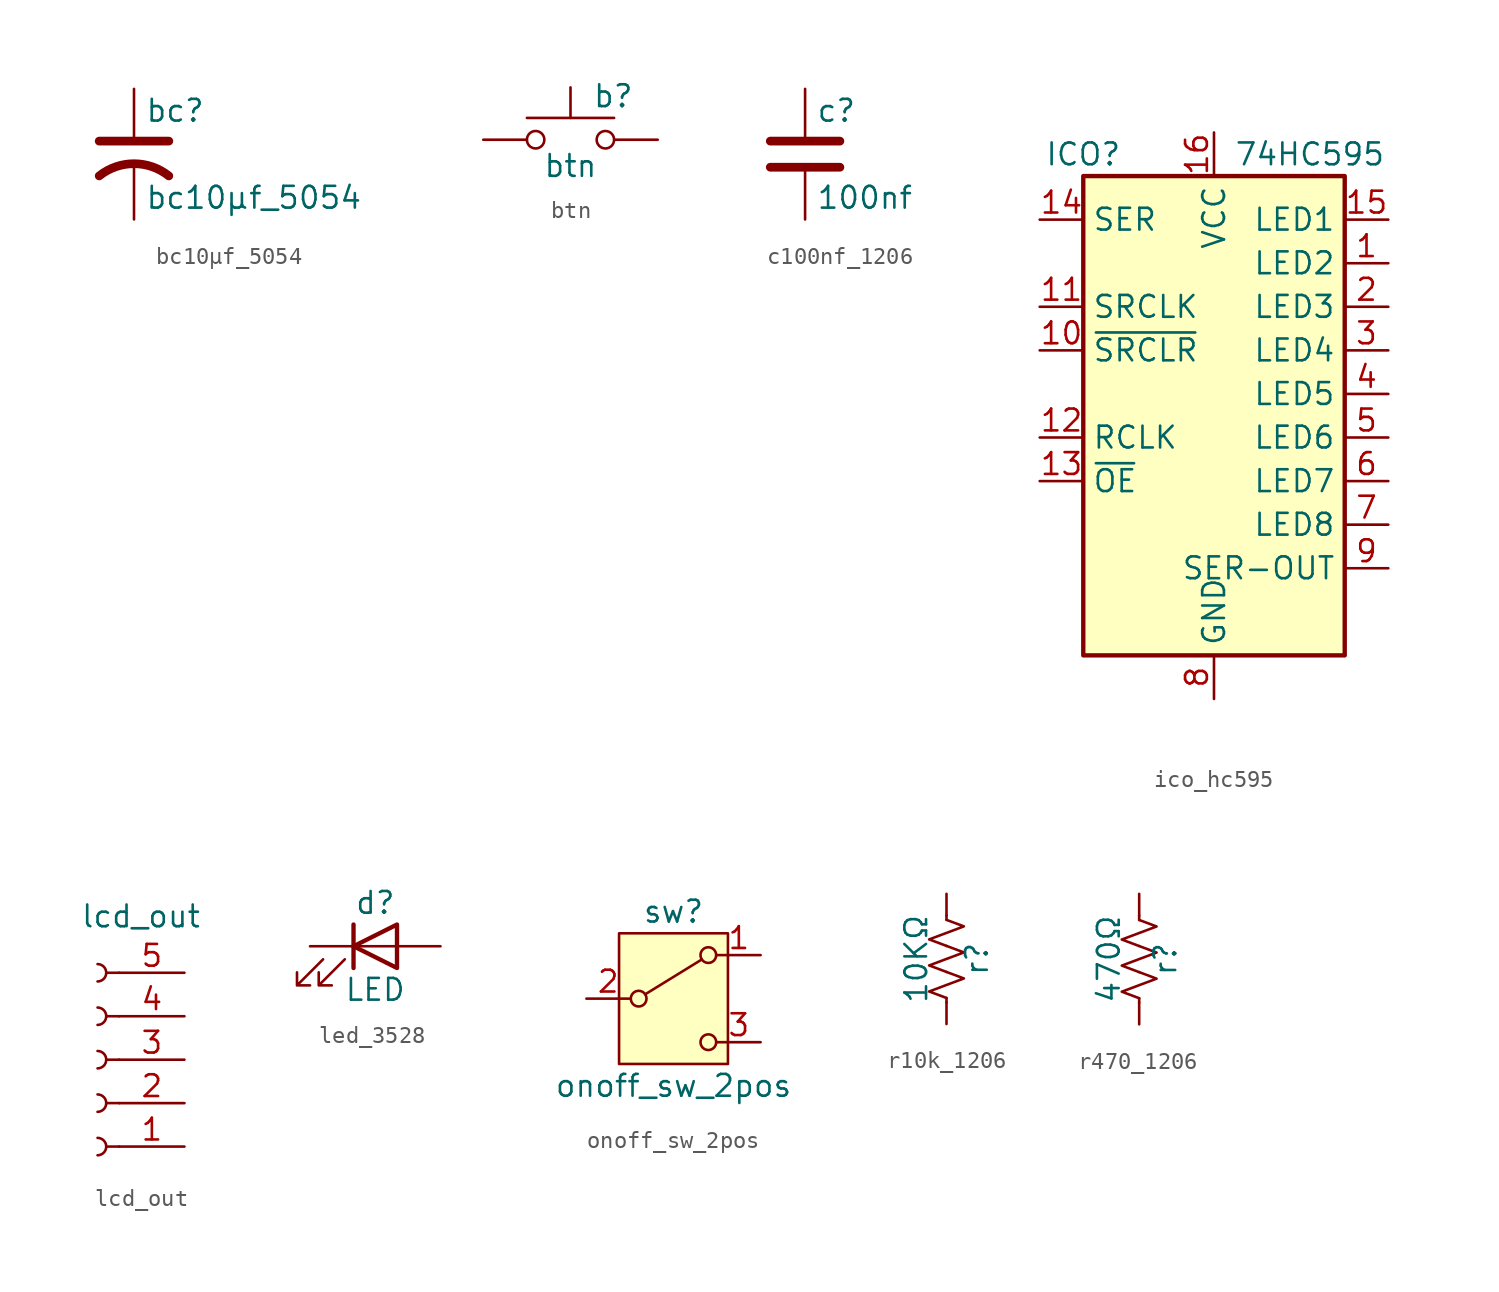
<source format=kicad_sym>
(kicad_symbol_lib
  (version 20241209)
  (generator "kicad_symbol_editor")
  (generator_version "9.0")
  (symbol "bc10µf_5054"
    (pin_numbers
      (hide yes))
    (pin_names
      (offset 0.254)
      (hide yes))
    (property "Reference" "bc"
      (at 0.635 2.54 0)
      (effects (font (size 1.27 1.27)) (justify left)))
    (property "Value" "bc10µf_5054"
      (at 0.635 -2.54 0)
      (effects (font (size 1.27 1.27)) (justify left)))
    (symbol "bc10µf_5054_0_1"
      (polyline (pts (xy -2.032 0.762) (xy 2.032 0.762)) (stroke (width 0.508) (type default)) (fill (type none)))
      (arc (start -2.032 -1.27) (mid 0 -0.5572) (end 2.032 -1.27) (stroke (width 0.508) (type default)) (fill (type none))))
    (symbol "bc10µf_5054_1_1"
      (pin passive line (at 0 3.81 270) (length 2.794) (name "~" (effects (font (size 1.27 1.27)))) (number "1" (effects (font (size 1.27 1.27)))))
      (pin passive line (at 0 -3.81 90) (length 3.302) (name "~" (effects (font (size 1.27 1.27)))) (number "2" (effects (font (size 1.27 1.27)))))))
  (symbol "btn"
    (pin_numbers
      (hide yes))
    (pin_names
      (offset 1.016)
      (hide yes))
    (property "Reference" "b"
      (at 1.27 2.54 0)
      (effects (font (size 1.27 1.27)) (justify left)))
    (property "Value" "btn"
      (at 0 -1.524 0)
      (effects (font (size 1.27 1.27))))
    (symbol "btn_0_1"
      (circle (center -2.032 0) (radius 0.508) (stroke (width 0) (type default)) (fill (type none)))
      (polyline (pts (xy 0 1.27) (xy 0 3.048)) (stroke (width 0) (type default)) (fill (type none)))
      (circle (center 2.032 0) (radius 0.508) (stroke (width 0) (type default)) (fill (type none)))
      (polyline (pts (xy 2.54 1.27) (xy -2.54 1.27)) (stroke (width 0) (type default)) (fill (type none)))
      (pin passive line (at -5.08 0 0) (length 2.54) (name "1" (effects (font (size 1.27 1.27)))) (number "1" (effects (font (size 1.27 1.27)))))
      (pin passive line (at 5.08 0 180) (length 2.54) (name "2" (effects (font (size 1.27 1.27)))) (number "2" (effects (font (size 1.27 1.27)))))))
  (symbol "c100nf_1206"
    (pin_numbers
      (hide yes))
    (pin_names
      (offset 0.254))
    (property "Reference" "c"
      (at 0.635 2.54 0)
      (effects (font (size 1.27 1.27)) (justify left)))
    (property "Value" "100nf"
      (at 0.635 -2.54 0)
      (effects (font (size 1.27 1.27)) (justify left)))
    (symbol "c100nf_1206_0_1"
      (polyline (pts (xy -2.032 0.762) (xy 2.032 0.762)) (stroke (width 0.508) (type default)) (fill (type none)))
      (polyline (pts (xy -2.032 -0.762) (xy 2.032 -0.762)) (stroke (width 0.508) (type default)) (fill (type none))))
    (symbol "c100nf_1206_1_1"
      (pin passive line (at 0 3.81 270) (length 2.794) (name "~" (effects (font (size 1.27 1.27)))) (number "1" (effects (font (size 1.27 1.27)))))
      (pin passive line (at 0 -3.81 90) (length 2.794) (name "~" (effects (font (size 1.27 1.27)))) (number "2" (effects (font (size 1.27 1.27)))))))
  (symbol "ico_hc595"
    (property "Reference" "ICO"
      (at -7.62 13.97 0)
      (effects (font (size 1.27 1.27))))
    (property "Value" "74HC595"
      (at 5.588 13.97 0)
      (effects (font (size 1.27 1.27))))
    (symbol "ico_hc595_1_0"
      (pin input line (at -10.16 10.16 0) (length 2.54) (name "SER" (effects (font (size 1.27 1.27)))) (number "14" (effects (font (size 1.27 1.27)))))
      (pin input line (at -10.16 5.08 0) (length 2.54) (name "SRCLK" (effects (font (size 1.27 1.27)))) (number "11" (effects (font (size 1.27 1.27)))))
      (pin input line (at -10.16 2.54 0) (length 2.54) (name "~{SRCLR}" (effects (font (size 1.27 1.27)))) (number "10" (effects (font (size 1.27 1.27)))))
      (pin input line (at -10.16 -2.54 0) (length 2.54) (name "RCLK" (effects (font (size 1.27 1.27)))) (number "12" (effects (font (size 1.27 1.27)))))
      (pin input line (at -10.16 -5.08 0) (length 2.54) (name "~{OE}" (effects (font (size 1.27 1.27)))) (number "13" (effects (font (size 1.27 1.27)))))
      (pin power_in line (at 0 15.24 270) (length 2.54) (name "VCC" (effects (font (size 1.27 1.27)))) (number "16" (effects (font (size 1.27 1.27)))))
      (pin power_in line (at 0 -17.78 90) (length 2.54) (name "GND" (effects (font (size 1.27 1.27)))) (number "8" (effects (font (size 1.27 1.27)))))
      (pin tri_state line (at 10.16 10.16 180) (length 2.54) (name "LED1" (effects (font (size 1.27 1.27)))) (number "15" (effects (font (size 1.27 1.27)))))
      (pin tri_state line (at 10.16 7.62 180) (length 2.54) (name "LED2" (effects (font (size 1.27 1.27)))) (number "1" (effects (font (size 1.27 1.27)))))
      (pin tri_state line (at 10.16 5.08 180) (length 2.54) (name "LED3" (effects (font (size 1.27 1.27)))) (number "2" (effects (font (size 1.27 1.27)))))
      (pin tri_state line (at 10.16 2.54 180) (length 2.54) (name "LED4" (effects (font (size 1.27 1.27)))) (number "3" (effects (font (size 1.27 1.27)))))
      (pin tri_state line (at 10.16 0 180) (length 2.54) (name "LED5" (effects (font (size 1.27 1.27)))) (number "4" (effects (font (size 1.27 1.27)))))
      (pin tri_state line (at 10.16 -2.54 180) (length 2.54) (name "LED6" (effects (font (size 1.27 1.27)))) (number "5" (effects (font (size 1.27 1.27)))))
      (pin tri_state line (at 10.16 -5.08 180) (length 2.54) (name "LED7" (effects (font (size 1.27 1.27)))) (number "6" (effects (font (size 1.27 1.27)))))
      (pin tri_state line (at 10.16 -7.62 180) (length 2.54) (name "LED8" (effects (font (size 1.27 1.27)))) (number "7" (effects (font (size 1.27 1.27)))))
      (pin output line (at 10.16 -10.16 180) (length 2.54) (name "SER-OUT" (effects (font (size 1.27 1.27)))) (number "9" (effects (font (size 1.27 1.27))))))
    (symbol "ico_hc595_1_1"
      (rectangle (start -7.62 12.7) (end 7.62 -15.24) (stroke (width 0.254) (type default)) (fill (type background)))))
  (symbol "lcd_out"
    (pin_names
      (offset 1.016)
      (hide yes))
    (property "Reference" "J"
      (at -5.08 -7.62 0)
      (effects (font (size 1.27 1.27)) (hide yes)))
    (property "Value" "lcd_out"
      (at -2.54 8.382 0)
      (effects (font (size 1.27 1.27))))
    (symbol "lcd_out_1_1"
      (arc (start -5.08 5.588) (mid -4.5742 5.08) (end -5.08 4.572) (stroke (width 0.1524) (type default)) (fill (type none)))
      (arc (start -5.08 3.048) (mid -4.5742 2.54) (end -5.08 2.032) (stroke (width 0.1524) (type default)) (fill (type none)))
      (arc (start -5.08 0.508) (mid -4.5742 0) (end -5.08 -0.508) (stroke (width 0.1524) (type default)) (fill (type none)))
      (arc (start -5.08 -2.032) (mid -4.5742 -2.54) (end -5.08 -3.048) (stroke (width 0.1524) (type default)) (fill (type none)))
      (arc (start -5.08 -4.572) (mid -4.5742 -5.08) (end -5.08 -5.588) (stroke (width 0.1524) (type default)) (fill (type none)))
      (polyline (pts (xy -3.81 5.08) (xy -4.572 5.08)) (stroke (width 0.152) (type default)) (fill (type none)))
      (polyline (pts (xy -3.81 2.54) (xy -4.572 2.54)) (stroke (width 0.152) (type default)) (fill (type none)))
      (polyline (pts (xy -3.81 0) (xy -4.572 0)) (stroke (width 0.152) (type default)) (fill (type none)))
      (polyline (pts (xy -3.81 -2.54) (xy -4.572 -2.54)) (stroke (width 0.152) (type default)) (fill (type none)))
      (polyline (pts (xy -3.81 -5.08) (xy -4.572 -5.08)) (stroke (width 0.152) (type default)) (fill (type none)))
      (pin tri_state line (at 0 5.08 180) (length 3.81) (name "Pin_5" (effects (font (size 1.27 1.27)))) (number "5" (effects (font (size 1.27 1.27)))))
      (pin tri_state line (at 0 2.54 180) (length 3.81) (name "Pin_4" (effects (font (size 1.27 1.27)))) (number "4" (effects (font (size 1.27 1.27)))))
      (pin tri_state line (at 0 0 180) (length 3.81) (name "Pin_3" (effects (font (size 1.27 1.27)))) (number "3" (effects (font (size 1.27 1.27)))))
      (pin power_in line (at 0 -2.54 180) (length 3.81) (name "Pin_2" (effects (font (size 1.27 1.27)))) (number "2" (effects (font (size 1.27 1.27)))))
      (pin power_in line (at 0 -5.08 180) (length 3.81) (name "Pin_1" (effects (font (size 1.27 1.27)))) (number "1" (effects (font (size 1.27 1.27)))))))
  (symbol "led_3528"
    (pin_numbers
      (hide yes))
    (pin_names
      (offset 1.016)
      (hide yes))
    (property "Reference" "d"
      (at 0 2.54 0)
      (effects (font (size 1.27 1.27))))
    (property "Value" "LED"
      (at 0 -2.54 0)
      (effects (font (size 1.27 1.27))))
    (symbol "led_3528_0_1"
      (polyline (pts (xy -3.048 -0.762) (xy -4.572 -2.286) (xy -3.81 -2.286) (xy -4.572 -2.286) (xy -4.572 -1.524)) (stroke (width 0) (type default)) (fill (type none)))
      (polyline (pts (xy -1.778 -0.762) (xy -3.302 -2.286) (xy -2.54 -2.286) (xy -3.302 -2.286) (xy -3.302 -1.524)) (stroke (width 0) (type default)) (fill (type none)))
      (polyline (pts (xy -1.27 0) (xy 1.27 0)) (stroke (width 0) (type default)) (fill (type none)))
      (polyline (pts (xy -1.27 -1.27) (xy -1.27 1.27)) (stroke (width 0.254) (type default)) (fill (type none)))
      (polyline (pts (xy 1.27 -1.27) (xy 1.27 1.27) (xy -1.27 0) (xy 1.27 -1.27)) (stroke (width 0.254) (type default)) (fill (type none))))
    (symbol "led_3528_1_1"
      (pin passive line (at -3.81 0 0) (length 2.54) (name "K" (effects (font (size 1.27 1.27)))) (number "1" (effects (font (size 1.27 1.27)))))
      (pin passive line (at 3.81 0 180) (length 2.54) (name "A" (effects (font (size 1.27 1.27)))) (number "2" (effects (font (size 1.27 1.27)))))))
  (symbol "onoff_sw_2pos"
    (pin_names
      (offset 0)
      (hide yes))
    (property "Reference" "sw"
      (at 0 5.08 0)
      (effects (font (size 1.27 1.27))))
    (property "Value" "onoff_sw_2pos"
      (at 0 -5.08 0)
      (effects (font (size 1.27 1.27))))
    (symbol "onoff_sw_2pos_0_1"
      (circle (center -2.032 0) (radius 0.457) (stroke (width 0) (type default)) (fill (type none)))
      (polyline (pts (xy -1.651 0.254) (xy 1.651 2.286)) (stroke (width 0) (type default)) (fill (type none)))
      (circle (center 2.032 2.54) (radius 0.457) (stroke (width 0) (type default)) (fill (type none)))
      (circle (center 2.032 -2.54) (radius 0.457) (stroke (width 0) (type default)) (fill (type none))))
    (symbol "onoff_sw_2pos_1_1"
      (rectangle (start -3.175 3.81) (end 3.175 -3.81) (stroke (width 0) (type default)) (fill (type background)))
      (pin passive line (at -5.08 0 0) (length 2.54) (name "B" (effects (font (size 1.27 1.27)))) (number "2" (effects (font (size 1.27 1.27)))))
      (pin passive line (at 5.08 2.54 180) (length 2.54) (name "A" (effects (font (size 1.27 1.27)))) (number "1" (effects (font (size 1.27 1.27)))))
      (pin passive line (at 5.08 -2.54 180) (length 2.54) (name "C" (effects (font (size 1.27 1.27)))) (number "3" (effects (font (size 1.27 1.27)))))))
  (symbol "r10k_1206"
    (pin_numbers
      (hide yes))
    (pin_names
      (offset 0))
    (property "Reference" "r"
      (at 1.778 0 90)
      (effects (font (size 1.27 1.27))))
    (property "Value" "10KΩ"
      (at -1.778 0 90)
      (effects (font (size 1.27 1.27))))
    (symbol "r10k_1206_0_1"
      (polyline (pts (xy 0 2.286) (xy 0 2.54)) (stroke (width 0) (type default)) (fill (type none)))
      (polyline (pts (xy 0 2.286) (xy 1.016 1.905) (xy 0 1.524) (xy -1.016 1.143) (xy 0 0.762)) (stroke (width 0) (type default)) (fill (type none)))
      (polyline (pts (xy 0 0.762) (xy 1.016 0.381) (xy 0 0) (xy -1.016 -0.381) (xy 0 -0.762)) (stroke (width 0) (type default)) (fill (type none)))
      (polyline (pts (xy 0 -0.762) (xy 1.016 -1.143) (xy 0 -1.524) (xy -1.016 -1.905) (xy 0 -2.286)) (stroke (width 0) (type default)) (fill (type none)))
      (polyline (pts (xy 0 -2.286) (xy 0 -2.54)) (stroke (width 0) (type default)) (fill (type none))))
    (symbol "r10k_1206_1_1"
      (pin passive line (at 0 3.81 270) (length 1.27) (name "~" (effects (font (size 1.27 1.27)))) (number "1" (effects (font (size 1.27 1.27)))))
      (pin passive line (at 0 -3.81 90) (length 1.27) (name "~" (effects (font (size 1.27 1.27)))) (number "2" (effects (font (size 1.27 1.27)))))))
  (symbol "r470_1206"
    (pin_numbers
      (hide yes))
    (pin_names
      (offset 0))
    (property "Reference" "r"
      (at 1.524 0 90)
      (effects (font (size 1.27 1.27))))
    (property "Value" "470Ω"
      (at -1.778 0 90)
      (effects (font (size 1.27 1.27))))
    (symbol "r470_1206_0_1"
      (polyline (pts (xy 0 2.286) (xy 0 2.54)) (stroke (width 0) (type default)) (fill (type none)))
      (polyline (pts (xy 0 2.286) (xy 1.016 1.905) (xy 0 1.524) (xy -1.016 1.143) (xy 0 0.762)) (stroke (width 0) (type default)) (fill (type none)))
      (polyline (pts (xy 0 0.762) (xy 1.016 0.381) (xy 0 0) (xy -1.016 -0.381) (xy 0 -0.762)) (stroke (width 0) (type default)) (fill (type none)))
      (polyline (pts (xy 0 -0.762) (xy 1.016 -1.143) (xy 0 -1.524) (xy -1.016 -1.905) (xy 0 -2.286)) (stroke (width 0) (type default)) (fill (type none)))
      (polyline (pts (xy 0 -2.286) (xy 0 -2.54)) (stroke (width 0) (type default)) (fill (type none))))
    (symbol "r470_1206_1_1"
      (pin passive line (at 0 3.81 270) (length 1.27) (name "~" (effects (font (size 1.27 1.27)))) (number "1" (effects (font (size 1.27 1.27)))))
      (pin passive line (at 0 -3.81 90) (length 1.27) (name "~" (effects (font (size 1.27 1.27)))) (number "2" (effects (font (size 1.27 1.27))))))))
</source>
